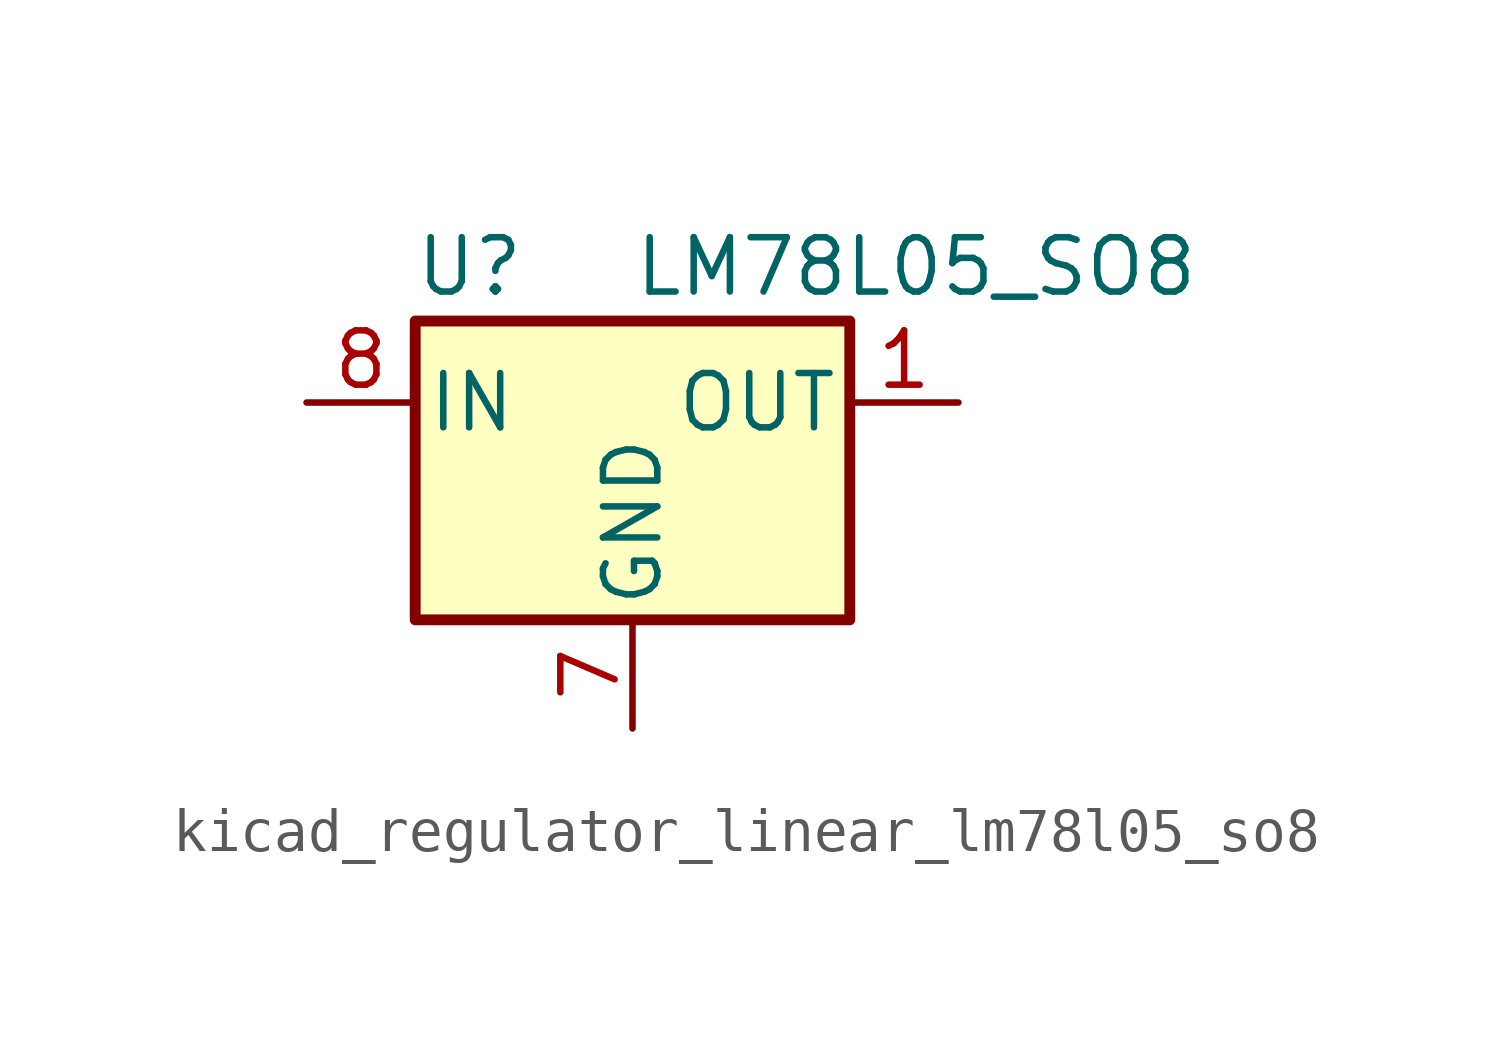
<source format=kicad_sym>
(kicad_symbol_lib
  (version 20220914)
  (generator kicad_symbol_editor)
  (symbol "kicad_regulator_linear_lm78l05_so8"
    (pin_names
      (offset 0.254))
    (property "Reference" "U"
      (at -3.81 3.175 0)
      (effects (font (size 1.27 1.27))))
    (property "Value" "LM78L05_SO8"
      (at 0 3.175 0)
      (effects (font (size 1.27 1.27)) (justify left)))
    (symbol "kicad_regulator_linear_lm78l05_so8_0_1"
      (rectangle (start -5.08 1.905) (end 5.08 -5.08) (stroke (width 0.254) (type default)) (fill (type background))))
    (symbol "kicad_regulator_linear_lm78l05_so8_1_1"
      (pin power_out line (at 7.62 0 180) (length 2.54) (name "OUT" (effects (font (size 1.27 1.27)))) (number "1" (effects (font (size 1.27 1.27)))))
      (pin passive line (at 0 -7.62 90) (length 2.54) hide (name "GND" (effects (font (size 1.27 1.27)))) (number "2" (effects (font (size 1.27 1.27)))))
      (pin passive line (at 0 -7.62 90) (length 2.54) hide (name "GND" (effects (font (size 1.27 1.27)))) (number "3" (effects (font (size 1.27 1.27)))))
      (pin no_connect line (at -5.08 -2.54 0) (length 2.54) hide (name "NC" (effects (font (size 1.27 1.27)))) (number "4" (effects (font (size 1.27 1.27)))))
      (pin no_connect line (at 5.08 -2.54 180) (length 2.54) hide (name "NC" (effects (font (size 1.27 1.27)))) (number "5" (effects (font (size 1.27 1.27)))))
      (pin passive line (at 0 -7.62 90) (length 2.54) hide (name "GND" (effects (font (size 1.27 1.27)))) (number "6" (effects (font (size 1.27 1.27)))))
      (pin power_in line (at 0 -7.62 90) (length 2.54) (name "GND" (effects (font (size 1.27 1.27)))) (number "7" (effects (font (size 1.27 1.27)))))
      (pin power_in line (at -7.62 0 0) (length 2.54) (name "IN" (effects (font (size 1.27 1.27)))) (number "8" (effects (font (size 1.27 1.27))))))))
</source>
